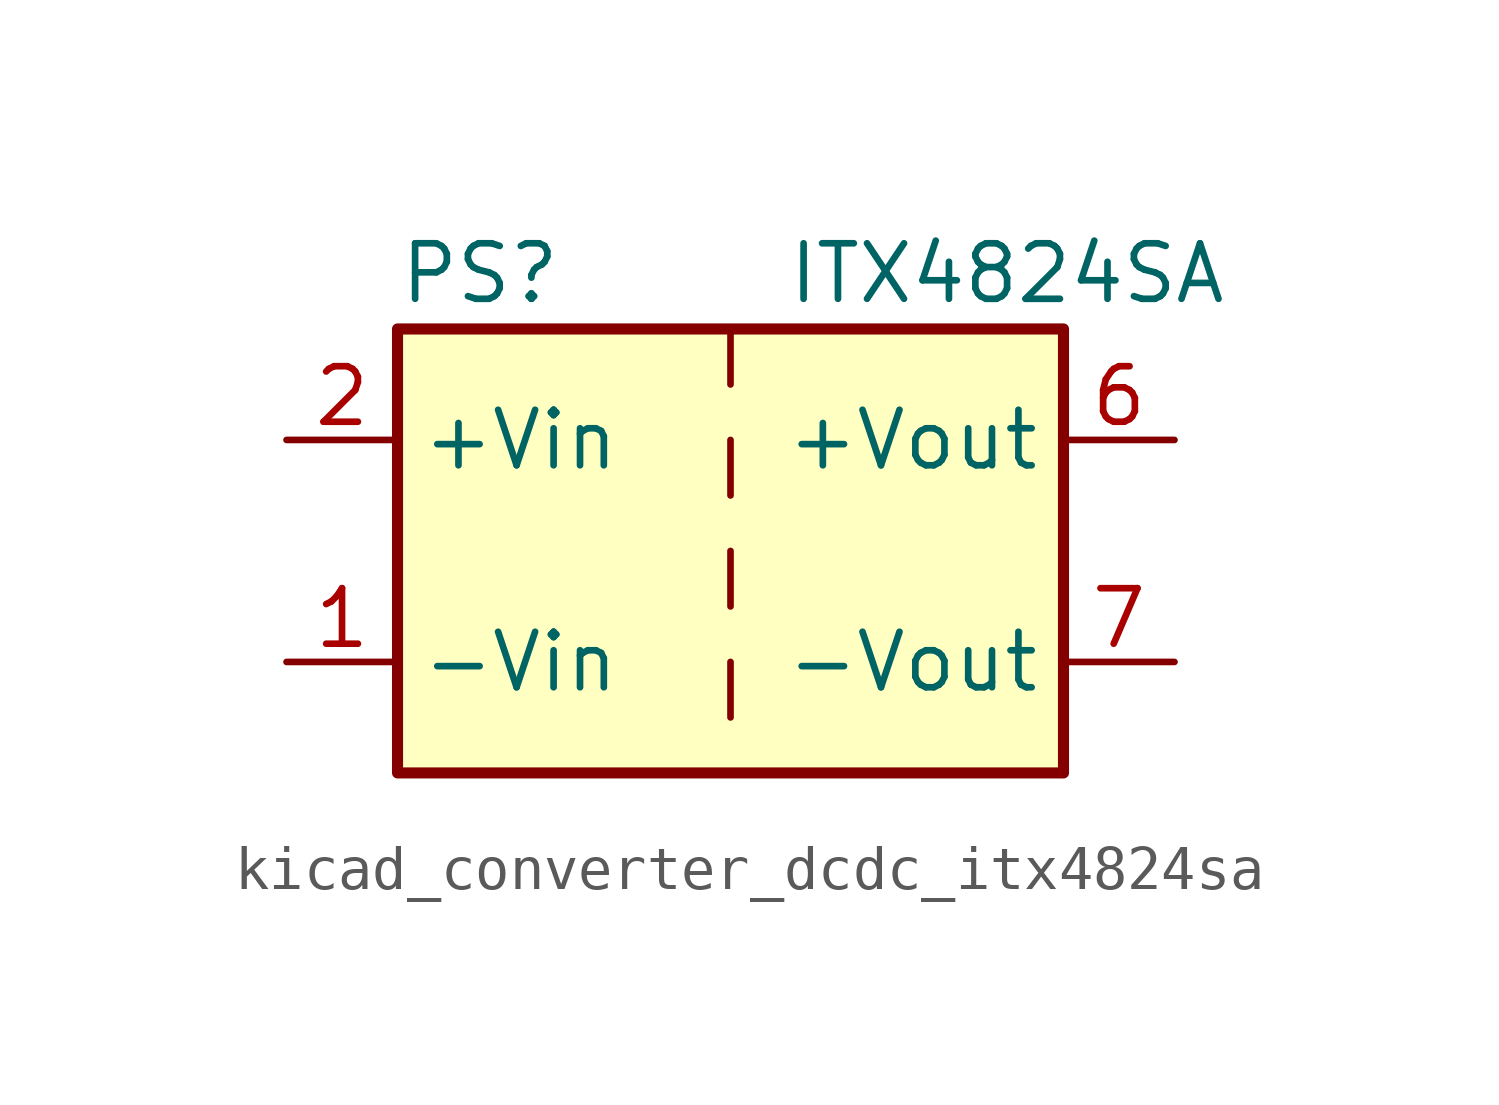
<source format=kicad_sym>
(kicad_symbol_lib
  (version 20220914)
  (generator kicad_symbol_editor)
  (symbol "kicad_converter_dcdc_itx4824sa"
    (property "Reference" "PS"
      (at -7.62 6.35 0)
      (effects (font (size 1.27 1.27)) (justify left)))
    (property "Value" "ITX4824SA"
      (at 1.27 6.35 0)
      (effects (font (size 1.27 1.27)) (justify left)))
    (symbol "kicad_converter_dcdc_itx4824sa_0_0"
      (pin power_in line (at -10.16 -2.54 0) (length 2.54) (name "-Vin" (effects (font (size 1.27 1.27)))) (number "1" (effects (font (size 1.27 1.27)))))
      (pin power_in line (at -10.16 2.54 0) (length 2.54) (name "+Vin" (effects (font (size 1.27 1.27)))) (number "2" (effects (font (size 1.27 1.27)))))
      (pin power_out line (at 10.16 2.54 180) (length 2.54) (name "+Vout" (effects (font (size 1.27 1.27)))) (number "6" (effects (font (size 1.27 1.27)))))
      (pin power_out line (at 10.16 -2.54 180) (length 2.54) (name "-Vout" (effects (font (size 1.27 1.27)))) (number "7" (effects (font (size 1.27 1.27)))))
      (pin no_connect line (at 7.62 0 180) (length 2.54) hide (name "NC" (effects (font (size 1.27 1.27)))) (number "8" (effects (font (size 1.27 1.27))))))
    (symbol "kicad_converter_dcdc_itx4824sa_0_1"
      (rectangle (start -7.62 5.08) (end 7.62 -5.08) (stroke (width 0.254) (type default)) (fill (type background)))
      (polyline (pts (xy 0 -2.54) (xy 0 -3.81)) (stroke (width 0) (type default)) (fill (type none)))
      (polyline (pts (xy 0 0) (xy 0 -1.27)) (stroke (width 0) (type default)) (fill (type none)))
      (polyline (pts (xy 0 2.54) (xy 0 1.27)) (stroke (width 0) (type default)) (fill (type none)))
      (polyline (pts (xy 0 5.08) (xy 0 3.81)) (stroke (width 0) (type default)) (fill (type none))))))
</source>
